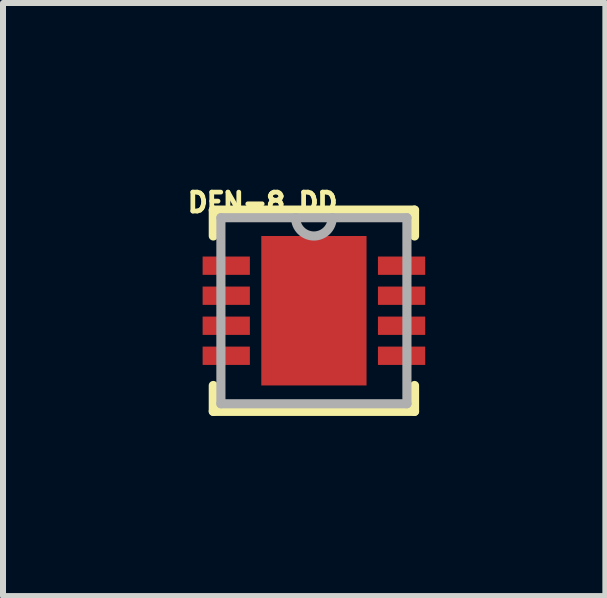
<source format=kicad_pcb>
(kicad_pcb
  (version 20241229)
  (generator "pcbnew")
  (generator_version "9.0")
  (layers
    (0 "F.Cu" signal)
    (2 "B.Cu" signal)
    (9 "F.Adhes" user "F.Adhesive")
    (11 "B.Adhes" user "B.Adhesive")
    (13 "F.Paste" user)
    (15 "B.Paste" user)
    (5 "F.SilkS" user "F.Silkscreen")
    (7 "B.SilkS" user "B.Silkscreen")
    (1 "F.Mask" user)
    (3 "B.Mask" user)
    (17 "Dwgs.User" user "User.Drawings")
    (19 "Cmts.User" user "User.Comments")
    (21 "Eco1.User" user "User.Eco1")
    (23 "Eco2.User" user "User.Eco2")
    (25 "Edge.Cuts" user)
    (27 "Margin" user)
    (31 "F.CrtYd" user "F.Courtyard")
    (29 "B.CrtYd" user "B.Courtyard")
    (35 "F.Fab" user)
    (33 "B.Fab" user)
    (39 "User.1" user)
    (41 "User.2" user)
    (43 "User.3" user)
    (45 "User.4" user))
  (footprint "DFN-8_DD"
    (layer "F.Cu")
    (at 2.178 2.125)
    (property "Reference" "DFN-8_DD" (at -0.854 -1.802 0) (layer "F.SilkS") (effects (font (size 0.315 0.315) (thickness 0.15))))
    (attr through_hole)
    (fp_line (start -1.676 -1.676) (end -1.676 -1.245) (stroke (width 0.152) (type solid)) (layer "F.SilkS"))
    (fp_line (start -1.676 1.245) (end -1.676 1.676) (stroke (width 0.152) (type solid)) (layer "F.SilkS"))
    (fp_line (start -1.676 1.676) (end 1.676 1.676) (stroke (width 0.152) (type solid)) (layer "F.SilkS"))
    (fp_line (start 1.676 -1.676) (end -1.676 -1.676) (stroke (width 0.152) (type solid)) (layer "F.SilkS"))
    (fp_line (start 1.676 -1.245) (end 1.676 -1.676) (stroke (width 0.152) (type solid)) (layer "F.SilkS"))
    (fp_line (start 1.676 1.676) (end 1.676 1.245) (stroke (width 0.152) (type solid)) (layer "F.SilkS"))
    (fp_poly (pts (xy -0.876 -1.245) (xy -0.876 1.245) (xy 0.876 1.245) (xy 0.876 -1.245)) (stroke (width 0.025) (type solid)) (fill yes) (layer "F.Paste"))
    (fp_line (start -1.549 -1.549) (end -1.549 1.549) (stroke (width 0.152) (type solid)) (layer "F.Fab"))
    (fp_line (start -1.549 1.549) (end 1.549 1.549) (stroke (width 0.152) (type solid)) (layer "F.Fab"))
    (fp_line (start -0.305 -1.549) (end -1.549 -1.549) (stroke (width 0.152) (type solid)) (layer "F.Fab"))
    (fp_line (start 0.305 -1.549) (end -0.305 -1.549) (stroke (width 0.152) (type solid)) (layer "F.Fab"))
    (fp_line (start 1.549 -1.549) (end 0.305 -1.549) (stroke (width 0.152) (type solid)) (layer "F.Fab"))
    (fp_line (start 1.549 1.549) (end 1.549 -1.549) (stroke (width 0.152) (type solid)) (layer "F.Fab"))
    (fp_arc (start 0.3048 -1.5494) (mid 0 -1.2446) (end -0.3048 -1.5494) (stroke (width 0.1524) (type solid)) (layer "F.Fab"))
    (pad "1" smd rect (at -1.46 -0.75) (size 0.787 0.305) (layers "F.Cu" "F.Mask" "F.Paste"))
    (pad "2" smd rect (at -1.46 -0.25) (size 0.787 0.305) (layers "F.Cu" "F.Mask" "F.Paste"))
    (pad "3" smd rect (at -1.46 0.25) (size 0.787 0.305) (layers "F.Cu" "F.Mask" "F.Paste"))
    (pad "4" smd rect (at -1.46 0.75) (size 0.787 0.305) (layers "F.Cu" "F.Mask" "F.Paste"))
    (pad "5" smd rect (at 1.46 0.75) (size 0.787 0.305) (layers "F.Cu" "F.Mask" "F.Paste"))
    (pad "6" smd rect (at 1.46 0.25) (size 0.787 0.305) (layers "F.Cu" "F.Mask" "F.Paste"))
    (pad "7" smd rect (at 1.46 -0.25) (size 0.787 0.305) (layers "F.Cu" "F.Mask" "F.Paste"))
    (pad "8" smd rect (at 1.46 -0.75) (size 0.787 0.305) (layers "F.Cu" "F.Mask" "F.Paste"))
    (pad "9" smd rect (at 0 0) (size 1.753 2.489) (layers "F.Cu" "F.Mask")))
  (gr_rect
    (start -3 -3)
    (end 7.032 6.877)
    (stroke (width 0.1) (type default))
    (fill no)
    (layer "Edge.Cuts")))
</source>
